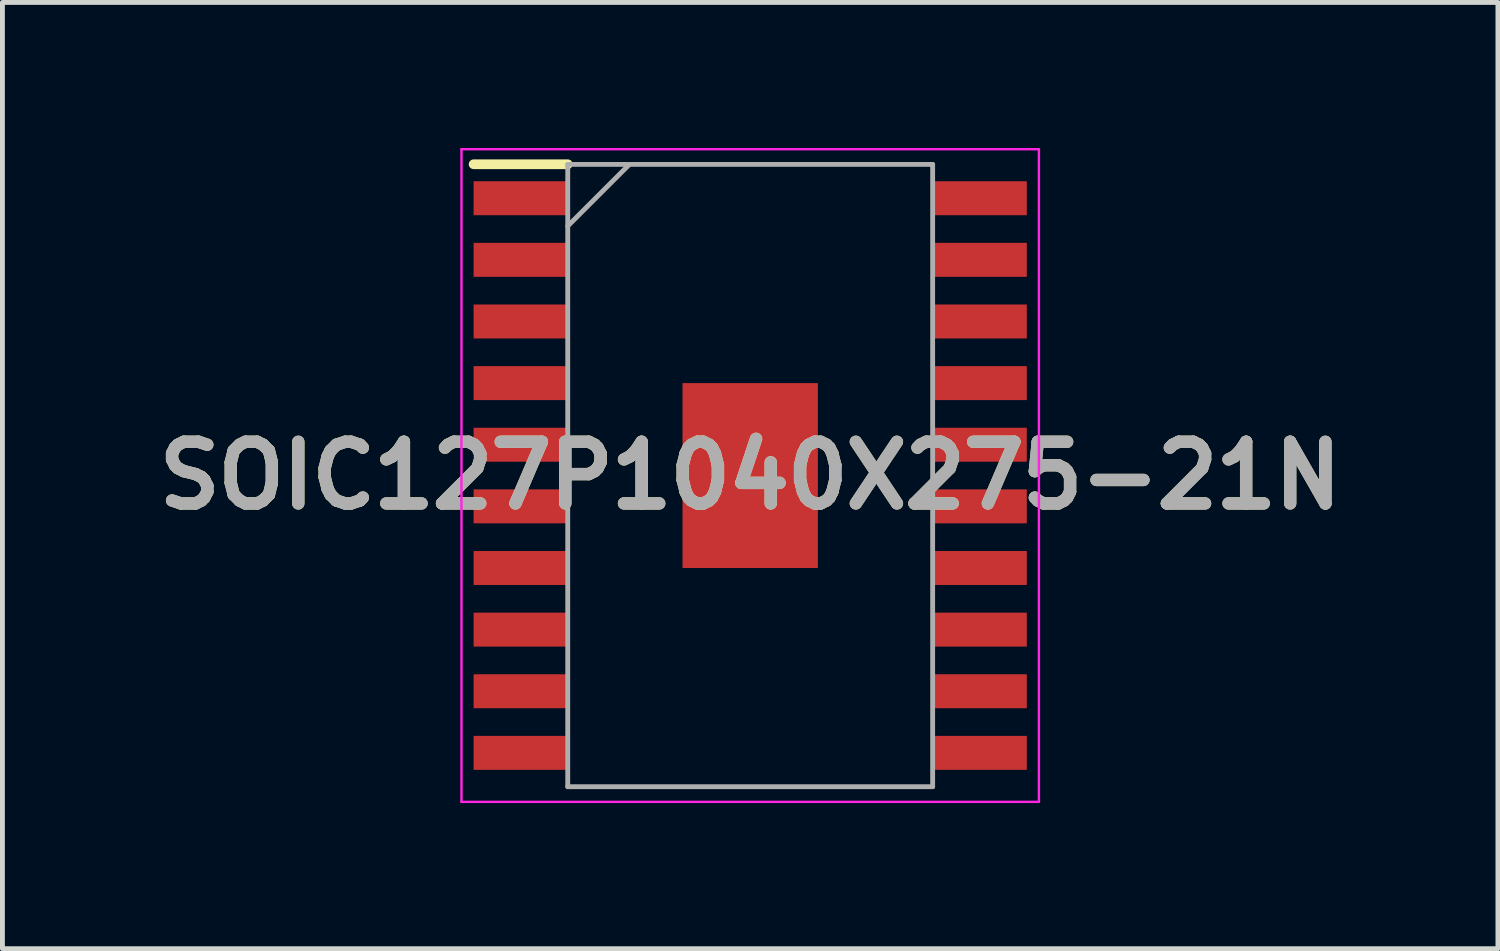
<source format=kicad_pcb>
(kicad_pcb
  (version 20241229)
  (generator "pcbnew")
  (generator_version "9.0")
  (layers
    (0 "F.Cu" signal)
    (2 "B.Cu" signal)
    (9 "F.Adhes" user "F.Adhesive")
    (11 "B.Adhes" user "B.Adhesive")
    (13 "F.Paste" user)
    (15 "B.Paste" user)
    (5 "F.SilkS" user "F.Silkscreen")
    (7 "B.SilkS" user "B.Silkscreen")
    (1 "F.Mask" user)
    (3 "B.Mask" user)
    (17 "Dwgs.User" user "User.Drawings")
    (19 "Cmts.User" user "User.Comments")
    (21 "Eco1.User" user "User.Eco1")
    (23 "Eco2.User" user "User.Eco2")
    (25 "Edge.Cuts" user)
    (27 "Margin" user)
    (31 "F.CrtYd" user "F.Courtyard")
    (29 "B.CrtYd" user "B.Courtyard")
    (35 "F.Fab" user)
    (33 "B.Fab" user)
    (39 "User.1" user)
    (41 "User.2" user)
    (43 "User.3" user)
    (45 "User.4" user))
  (footprint "SOIC127P1040X275-21N"
    (layer "F.Cu")
    (at 12.41 6.75)
    (property "Reference" "SOIC127P1040X275-21N" (at 0 0 0) (layer "F.SilkS") (effects (font (size 1.27 1.27) (thickness 0.254))))
    (attr smd)
    (fp_line (start -5.7 -6.415) (end -3.76 -6.415) (stroke (width 0.2) (type solid)) (layer "F.SilkS"))
    (fp_line (start -5.95 -6.725) (end 5.95 -6.725) (stroke (width 0.05) (type solid)) (layer "F.CrtYd"))
    (fp_line (start -5.95 6.725) (end -5.95 -6.725) (stroke (width 0.05) (type solid)) (layer "F.CrtYd"))
    (fp_line (start 5.95 -6.725) (end 5.95 6.725) (stroke (width 0.05) (type solid)) (layer "F.CrtYd"))
    (fp_line (start 5.95 6.725) (end -5.95 6.725) (stroke (width 0.05) (type solid)) (layer "F.CrtYd"))
    (fp_line (start -3.76 -6.412) (end 3.76 -6.412) (stroke (width 0.1) (type solid)) (layer "F.Fab"))
    (fp_line (start -3.76 -5.142) (end -2.49 -6.412) (stroke (width 0.1) (type solid)) (layer "F.Fab"))
    (fp_line (start -3.76 6.412) (end -3.76 -6.412) (stroke (width 0.1) (type solid)) (layer "F.Fab"))
    (fp_line (start 3.76 -6.412) (end 3.76 6.412) (stroke (width 0.1) (type solid)) (layer "F.Fab"))
    (fp_line (start 3.76 6.412) (end -3.76 6.412) (stroke (width 0.1) (type solid)) (layer "F.Fab"))
    (fp_text user "${REFERENCE}" (at 0 0 0) (layer "F.Fab") (effects (font (size 1.27 1.27) (thickness 0.254))))
    (pad "1" smd rect (at -4.73 -5.715 90) (size 0.7 1.94) (layers "F.Cu" "F.Mask" "F.Paste"))
    (pad "2" smd rect (at -4.73 -4.445 90) (size 0.7 1.94) (layers "F.Cu" "F.Mask" "F.Paste"))
    (pad "3" smd rect (at -4.73 -3.175 90) (size 0.7 1.94) (layers "F.Cu" "F.Mask" "F.Paste"))
    (pad "4" smd rect (at -4.73 -1.905 90) (size 0.7 1.94) (layers "F.Cu" "F.Mask" "F.Paste"))
    (pad "5" smd rect (at -4.73 -0.635 90) (size 0.7 1.94) (layers "F.Cu" "F.Mask" "F.Paste"))
    (pad "6" smd rect (at -4.73 0.635 90) (size 0.7 1.94) (layers "F.Cu" "F.Mask" "F.Paste"))
    (pad "7" smd rect (at -4.73 1.905 90) (size 0.7 1.94) (layers "F.Cu" "F.Mask" "F.Paste"))
    (pad "8" smd rect (at -4.73 3.175 90) (size 0.7 1.94) (layers "F.Cu" "F.Mask" "F.Paste"))
    (pad "9" smd rect (at -4.73 4.445 90) (size 0.7 1.94) (layers "F.Cu" "F.Mask" "F.Paste"))
    (pad "10" smd rect (at -4.73 5.715 90) (size 0.7 1.94) (layers "F.Cu" "F.Mask" "F.Paste"))
    (pad "11" smd rect (at 4.73 5.715 90) (size 0.7 1.94) (layers "F.Cu" "F.Mask" "F.Paste"))
    (pad "12" smd rect (at 4.73 4.445 90) (size 0.7 1.94) (layers "F.Cu" "F.Mask" "F.Paste"))
    (pad "13" smd rect (at 4.73 3.175 90) (size 0.7 1.94) (layers "F.Cu" "F.Mask" "F.Paste"))
    (pad "14" smd rect (at 4.73 1.905 90) (size 0.7 1.94) (layers "F.Cu" "F.Mask" "F.Paste"))
    (pad "15" smd rect (at 4.73 0.635 90) (size 0.7 1.94) (layers "F.Cu" "F.Mask" "F.Paste"))
    (pad "16" smd rect (at 4.73 -0.635 90) (size 0.7 1.94) (layers "F.Cu" "F.Mask" "F.Paste"))
    (pad "17" smd rect (at 4.73 -1.905 90) (size 0.7 1.94) (layers "F.Cu" "F.Mask" "F.Paste"))
    (pad "18" smd rect (at 4.73 -3.175 90) (size 0.7 1.94) (layers "F.Cu" "F.Mask" "F.Paste"))
    (pad "19" smd rect (at 4.73 -4.445 90) (size 0.7 1.94) (layers "F.Cu" "F.Mask" "F.Paste"))
    (pad "20" smd rect (at 4.73 -5.715 90) (size 0.7 1.94) (layers "F.Cu" "F.Mask" "F.Paste"))
    (pad "21" smd rect (at 0 0) (size 2.79 3.81) (layers "F.Cu" "F.Mask" "F.Paste")))
  (gr_rect
    (start -3 -3)
    (end 27.819 16.5)
    (stroke (width 0.1) (type default))
    (fill no)
    (layer "Edge.Cuts")))
</source>
